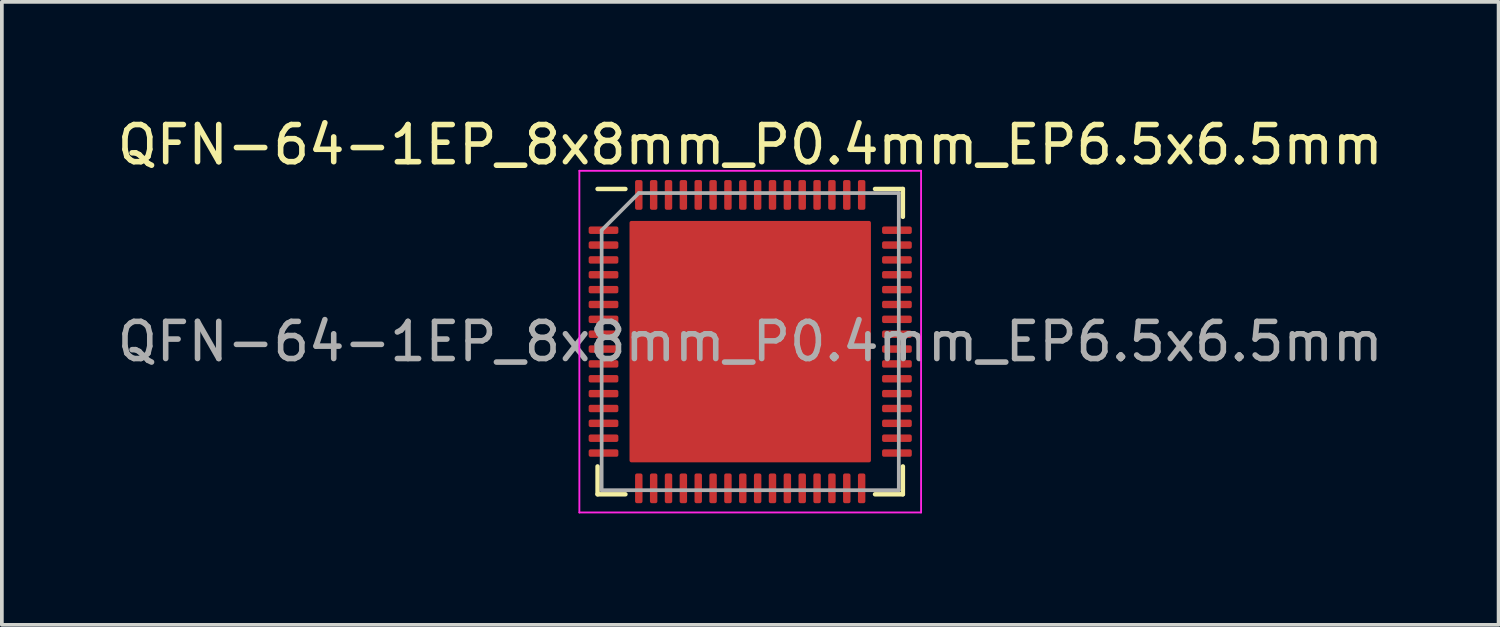
<source format=kicad_pcb>
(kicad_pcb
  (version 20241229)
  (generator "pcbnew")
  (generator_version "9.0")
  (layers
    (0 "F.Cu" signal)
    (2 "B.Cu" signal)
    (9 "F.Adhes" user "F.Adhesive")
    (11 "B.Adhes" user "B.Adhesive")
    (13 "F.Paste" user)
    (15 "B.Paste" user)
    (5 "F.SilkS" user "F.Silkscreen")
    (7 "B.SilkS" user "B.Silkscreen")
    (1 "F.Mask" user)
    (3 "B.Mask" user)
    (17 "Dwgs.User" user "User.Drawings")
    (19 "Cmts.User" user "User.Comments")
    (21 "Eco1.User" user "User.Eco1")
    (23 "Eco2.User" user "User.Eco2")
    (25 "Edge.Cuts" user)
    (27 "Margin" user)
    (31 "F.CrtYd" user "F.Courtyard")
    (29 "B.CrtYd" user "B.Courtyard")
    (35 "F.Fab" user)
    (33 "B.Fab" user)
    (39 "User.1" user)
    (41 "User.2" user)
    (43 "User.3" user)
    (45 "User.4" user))
  (footprint "QFN-64-1EP_8x8mm_P0.4mm_EP6.5x6.5mm"
    (layer "F.Cu")
    (at 17.149 6.148)
    (property "Reference" "QFN-64-1EP_8x8mm_P0.4mm_EP6.5x6.5mm" (at 0 -5.3 0) (layer "F.SilkS") (effects (font (size 1 1) (thickness 0.15))))
    (attr smd)
    (fp_line (start -4.11 4.11) (end -4.11 3.36) (stroke (width 0.12) (type solid)) (layer "F.SilkS"))
    (fp_line (start -3.36 -4.11) (end -4.11 -4.11) (stroke (width 0.12) (type solid)) (layer "F.SilkS"))
    (fp_line (start -3.36 4.11) (end -4.11 4.11) (stroke (width 0.12) (type solid)) (layer "F.SilkS"))
    (fp_line (start 3.36 -4.11) (end 4.11 -4.11) (stroke (width 0.12) (type solid)) (layer "F.SilkS"))
    (fp_line (start 3.36 4.11) (end 4.11 4.11) (stroke (width 0.12) (type solid)) (layer "F.SilkS"))
    (fp_line (start 4.11 -4.11) (end 4.11 -3.36) (stroke (width 0.12) (type solid)) (layer "F.SilkS"))
    (fp_line (start 4.11 4.11) (end 4.11 3.36) (stroke (width 0.12) (type solid)) (layer "F.SilkS"))
    (fp_line (start -4.6 -4.6) (end -4.6 4.6) (stroke (width 0.05) (type solid)) (layer "F.CrtYd"))
    (fp_line (start -4.6 4.6) (end 4.6 4.6) (stroke (width 0.05) (type solid)) (layer "F.CrtYd"))
    (fp_line (start 4.6 -4.6) (end -4.6 -4.6) (stroke (width 0.05) (type solid)) (layer "F.CrtYd"))
    (fp_line (start 4.6 4.6) (end 4.6 -4.6) (stroke (width 0.05) (type solid)) (layer "F.CrtYd"))
    (fp_line (start -4 -3) (end -3 -4) (stroke (width 0.1) (type solid)) (layer "F.Fab"))
    (fp_line (start -4 4) (end -4 -3) (stroke (width 0.1) (type solid)) (layer "F.Fab"))
    (fp_line (start -3 -4) (end 4 -4) (stroke (width 0.1) (type solid)) (layer "F.Fab"))
    (fp_line (start 4 -4) (end 4 4) (stroke (width 0.1) (type solid)) (layer "F.Fab"))
    (fp_line (start 4 4) (end -4 4) (stroke (width 0.1) (type solid)) (layer "F.Fab"))
    (fp_text user "${REFERENCE}" (at 0 0 0) (layer "F.Fab") (effects (font (size 1 1) (thickness 0.15))))
    (pad "" smd roundrect (at -2.6 -2.6) (size 1.05 1.05) (layers "F.Paste") (roundrect_rratio 0.238))
    (pad "" smd roundrect (at -2.6 -1.3) (size 1.05 1.05) (layers "F.Paste") (roundrect_rratio 0.238))
    (pad "" smd roundrect (at -2.6 0) (size 1.05 1.05) (layers "F.Paste") (roundrect_rratio 0.238))
    (pad "" smd roundrect (at -2.6 1.3) (size 1.05 1.05) (layers "F.Paste") (roundrect_rratio 0.238))
    (pad "" smd roundrect (at -2.6 2.6) (size 1.05 1.05) (layers "F.Paste") (roundrect_rratio 0.238))
    (pad "" smd roundrect (at -1.3 -2.6) (size 1.05 1.05) (layers "F.Paste") (roundrect_rratio 0.238))
    (pad "" smd roundrect (at -1.3 -1.3) (size 1.05 1.05) (layers "F.Paste") (roundrect_rratio 0.238))
    (pad "" smd roundrect (at -1.3 0) (size 1.05 1.05) (layers "F.Paste") (roundrect_rratio 0.238))
    (pad "" smd roundrect (at -1.3 1.3) (size 1.05 1.05) (layers "F.Paste") (roundrect_rratio 0.238))
    (pad "" smd roundrect (at -1.3 2.6) (size 1.05 1.05) (layers "F.Paste") (roundrect_rratio 0.238))
    (pad "" smd roundrect (at 0 -2.6) (size 1.05 1.05) (layers "F.Paste") (roundrect_rratio 0.238))
    (pad "" smd roundrect (at 0 -1.3) (size 1.05 1.05) (layers "F.Paste") (roundrect_rratio 0.238))
    (pad "" smd roundrect (at 0 0) (size 1.05 1.05) (layers "F.Paste") (roundrect_rratio 0.238))
    (pad "" smd roundrect (at 0 1.3) (size 1.05 1.05) (layers "F.Paste") (roundrect_rratio 0.238))
    (pad "" smd roundrect (at 0 2.6) (size 1.05 1.05) (layers "F.Paste") (roundrect_rratio 0.238))
    (pad "" smd roundrect (at 1.3 -2.6) (size 1.05 1.05) (layers "F.Paste") (roundrect_rratio 0.238))
    (pad "" smd roundrect (at 1.3 -1.3) (size 1.05 1.05) (layers "F.Paste") (roundrect_rratio 0.238))
    (pad "" smd roundrect (at 1.3 0) (size 1.05 1.05) (layers "F.Paste") (roundrect_rratio 0.238))
    (pad "" smd roundrect (at 1.3 1.3) (size 1.05 1.05) (layers "F.Paste") (roundrect_rratio 0.238))
    (pad "" smd roundrect (at 1.3 2.6) (size 1.05 1.05) (layers "F.Paste") (roundrect_rratio 0.238))
    (pad "" smd roundrect (at 2.6 -2.6) (size 1.05 1.05) (layers "F.Paste") (roundrect_rratio 0.238))
    (pad "" smd roundrect (at 2.6 -1.3) (size 1.05 1.05) (layers "F.Paste") (roundrect_rratio 0.238))
    (pad "" smd roundrect (at 2.6 0) (size 1.05 1.05) (layers "F.Paste") (roundrect_rratio 0.238))
    (pad "" smd roundrect (at 2.6 1.3) (size 1.05 1.05) (layers "F.Paste") (roundrect_rratio 0.238))
    (pad "" smd roundrect (at 2.6 2.6) (size 1.05 1.05) (layers "F.Paste") (roundrect_rratio 0.238))
    (pad "1" smd roundrect (at -3.95 -3) (size 0.8 0.2) (layers "F.Cu" "F.Mask" "F.Paste") (roundrect_rratio 0.25))
    (pad "2" smd roundrect (at -3.95 -2.6) (size 0.8 0.2) (layers "F.Cu" "F.Mask" "F.Paste") (roundrect_rratio 0.25))
    (pad "3" smd roundrect (at -3.95 -2.2) (size 0.8 0.2) (layers "F.Cu" "F.Mask" "F.Paste") (roundrect_rratio 0.25))
    (pad "4" smd roundrect (at -3.95 -1.8) (size 0.8 0.2) (layers "F.Cu" "F.Mask" "F.Paste") (roundrect_rratio 0.25))
    (pad "5" smd roundrect (at -3.95 -1.4) (size 0.8 0.2) (layers "F.Cu" "F.Mask" "F.Paste") (roundrect_rratio 0.25))
    (pad "6" smd roundrect (at -3.95 -1) (size 0.8 0.2) (layers "F.Cu" "F.Mask" "F.Paste") (roundrect_rratio 0.25))
    (pad "7" smd roundrect (at -3.95 -0.6) (size 0.8 0.2) (layers "F.Cu" "F.Mask" "F.Paste") (roundrect_rratio 0.25))
    (pad "8" smd roundrect (at -3.95 -0.2) (size 0.8 0.2) (layers "F.Cu" "F.Mask" "F.Paste") (roundrect_rratio 0.25))
    (pad "9" smd roundrect (at -3.95 0.2) (size 0.8 0.2) (layers "F.Cu" "F.Mask" "F.Paste") (roundrect_rratio 0.25))
    (pad "10" smd roundrect (at -3.95 0.6) (size 0.8 0.2) (layers "F.Cu" "F.Mask" "F.Paste") (roundrect_rratio 0.25))
    (pad "11" smd roundrect (at -3.95 1) (size 0.8 0.2) (layers "F.Cu" "F.Mask" "F.Paste") (roundrect_rratio 0.25))
    (pad "12" smd roundrect (at -3.95 1.4) (size 0.8 0.2) (layers "F.Cu" "F.Mask" "F.Paste") (roundrect_rratio 0.25))
    (pad "13" smd roundrect (at -3.95 1.8) (size 0.8 0.2) (layers "F.Cu" "F.Mask" "F.Paste") (roundrect_rratio 0.25))
    (pad "14" smd roundrect (at -3.95 2.2) (size 0.8 0.2) (layers "F.Cu" "F.Mask" "F.Paste") (roundrect_rratio 0.25))
    (pad "15" smd roundrect (at -3.95 2.6) (size 0.8 0.2) (layers "F.Cu" "F.Mask" "F.Paste") (roundrect_rratio 0.25))
    (pad "16" smd roundrect (at -3.95 3) (size 0.8 0.2) (layers "F.Cu" "F.Mask" "F.Paste") (roundrect_rratio 0.25))
    (pad "17" smd roundrect (at -3 3.95) (size 0.2 0.8) (layers "F.Cu" "F.Mask" "F.Paste") (roundrect_rratio 0.25))
    (pad "18" smd roundrect (at -2.6 3.95) (size 0.2 0.8) (layers "F.Cu" "F.Mask" "F.Paste") (roundrect_rratio 0.25))
    (pad "19" smd roundrect (at -2.2 3.95) (size 0.2 0.8) (layers "F.Cu" "F.Mask" "F.Paste") (roundrect_rratio 0.25))
    (pad "20" smd roundrect (at -1.8 3.95) (size 0.2 0.8) (layers "F.Cu" "F.Mask" "F.Paste") (roundrect_rratio 0.25))
    (pad "21" smd roundrect (at -1.4 3.95) (size 0.2 0.8) (layers "F.Cu" "F.Mask" "F.Paste") (roundrect_rratio 0.25))
    (pad "22" smd roundrect (at -1 3.95) (size 0.2 0.8) (layers "F.Cu" "F.Mask" "F.Paste") (roundrect_rratio 0.25))
    (pad "23" smd roundrect (at -0.6 3.95) (size 0.2 0.8) (layers "F.Cu" "F.Mask" "F.Paste") (roundrect_rratio 0.25))
    (pad "24" smd roundrect (at -0.2 3.95) (size 0.2 0.8) (layers "F.Cu" "F.Mask" "F.Paste") (roundrect_rratio 0.25))
    (pad "25" smd roundrect (at 0.2 3.95) (size 0.2 0.8) (layers "F.Cu" "F.Mask" "F.Paste") (roundrect_rratio 0.25))
    (pad "26" smd roundrect (at 0.6 3.95) (size 0.2 0.8) (layers "F.Cu" "F.Mask" "F.Paste") (roundrect_rratio 0.25))
    (pad "27" smd roundrect (at 1 3.95) (size 0.2 0.8) (layers "F.Cu" "F.Mask" "F.Paste") (roundrect_rratio 0.25))
    (pad "28" smd roundrect (at 1.4 3.95) (size 0.2 0.8) (layers "F.Cu" "F.Mask" "F.Paste") (roundrect_rratio 0.25))
    (pad "29" smd roundrect (at 1.8 3.95) (size 0.2 0.8) (layers "F.Cu" "F.Mask" "F.Paste") (roundrect_rratio 0.25))
    (pad "30" smd roundrect (at 2.2 3.95) (size 0.2 0.8) (layers "F.Cu" "F.Mask" "F.Paste") (roundrect_rratio 0.25))
    (pad "31" smd roundrect (at 2.6 3.95) (size 0.2 0.8) (layers "F.Cu" "F.Mask" "F.Paste") (roundrect_rratio 0.25))
    (pad "32" smd roundrect (at 3 3.95) (size 0.2 0.8) (layers "F.Cu" "F.Mask" "F.Paste") (roundrect_rratio 0.25))
    (pad "33" smd roundrect (at 3.95 3) (size 0.8 0.2) (layers "F.Cu" "F.Mask" "F.Paste") (roundrect_rratio 0.25))
    (pad "34" smd roundrect (at 3.95 2.6) (size 0.8 0.2) (layers "F.Cu" "F.Mask" "F.Paste") (roundrect_rratio 0.25))
    (pad "35" smd roundrect (at 3.95 2.2) (size 0.8 0.2) (layers "F.Cu" "F.Mask" "F.Paste") (roundrect_rratio 0.25))
    (pad "36" smd roundrect (at 3.95 1.8) (size 0.8 0.2) (layers "F.Cu" "F.Mask" "F.Paste") (roundrect_rratio 0.25))
    (pad "37" smd roundrect (at 3.95 1.4) (size 0.8 0.2) (layers "F.Cu" "F.Mask" "F.Paste") (roundrect_rratio 0.25))
    (pad "38" smd roundrect (at 3.95 1) (size 0.8 0.2) (layers "F.Cu" "F.Mask" "F.Paste") (roundrect_rratio 0.25))
    (pad "39" smd roundrect (at 3.95 0.6) (size 0.8 0.2) (layers "F.Cu" "F.Mask" "F.Paste") (roundrect_rratio 0.25))
    (pad "40" smd roundrect (at 3.95 0.2) (size 0.8 0.2) (layers "F.Cu" "F.Mask" "F.Paste") (roundrect_rratio 0.25))
    (pad "41" smd roundrect (at 3.95 -0.2) (size 0.8 0.2) (layers "F.Cu" "F.Mask" "F.Paste") (roundrect_rratio 0.25))
    (pad "42" smd roundrect (at 3.95 -0.6) (size 0.8 0.2) (layers "F.Cu" "F.Mask" "F.Paste") (roundrect_rratio 0.25))
    (pad "43" smd roundrect (at 3.95 -1) (size 0.8 0.2) (layers "F.Cu" "F.Mask" "F.Paste") (roundrect_rratio 0.25))
    (pad "44" smd roundrect (at 3.95 -1.4) (size 0.8 0.2) (layers "F.Cu" "F.Mask" "F.Paste") (roundrect_rratio 0.25))
    (pad "45" smd roundrect (at 3.95 -1.8) (size 0.8 0.2) (layers "F.Cu" "F.Mask" "F.Paste") (roundrect_rratio 0.25))
    (pad "46" smd roundrect (at 3.95 -2.2) (size 0.8 0.2) (layers "F.Cu" "F.Mask" "F.Paste") (roundrect_rratio 0.25))
    (pad "47" smd roundrect (at 3.95 -2.6) (size 0.8 0.2) (layers "F.Cu" "F.Mask" "F.Paste") (roundrect_rratio 0.25))
    (pad "48" smd roundrect (at 3.95 -3) (size 0.8 0.2) (layers "F.Cu" "F.Mask" "F.Paste") (roundrect_rratio 0.25))
    (pad "49" smd roundrect (at 3 -3.95) (size 0.2 0.8) (layers "F.Cu" "F.Mask" "F.Paste") (roundrect_rratio 0.25))
    (pad "50" smd roundrect (at 2.6 -3.95) (size 0.2 0.8) (layers "F.Cu" "F.Mask" "F.Paste") (roundrect_rratio 0.25))
    (pad "51" smd roundrect (at 2.2 -3.95) (size 0.2 0.8) (layers "F.Cu" "F.Mask" "F.Paste") (roundrect_rratio 0.25))
    (pad "52" smd roundrect (at 1.8 -3.95) (size 0.2 0.8) (layers "F.Cu" "F.Mask" "F.Paste") (roundrect_rratio 0.25))
    (pad "53" smd roundrect (at 1.4 -3.95) (size 0.2 0.8) (layers "F.Cu" "F.Mask" "F.Paste") (roundrect_rratio 0.25))
    (pad "54" smd roundrect (at 1 -3.95) (size 0.2 0.8) (layers "F.Cu" "F.Mask" "F.Paste") (roundrect_rratio 0.25))
    (pad "55" smd roundrect (at 0.6 -3.95) (size 0.2 0.8) (layers "F.Cu" "F.Mask" "F.Paste") (roundrect_rratio 0.25))
    (pad "56" smd roundrect (at 0.2 -3.95) (size 0.2 0.8) (layers "F.Cu" "F.Mask" "F.Paste") (roundrect_rratio 0.25))
    (pad "57" smd roundrect (at -0.2 -3.95) (size 0.2 0.8) (layers "F.Cu" "F.Mask" "F.Paste") (roundrect_rratio 0.25))
    (pad "58" smd roundrect (at -0.6 -3.95) (size 0.2 0.8) (layers "F.Cu" "F.Mask" "F.Paste") (roundrect_rratio 0.25))
    (pad "59" smd roundrect (at -1 -3.95) (size 0.2 0.8) (layers "F.Cu" "F.Mask" "F.Paste") (roundrect_rratio 0.25))
    (pad "60" smd roundrect (at -1.4 -3.95) (size 0.2 0.8) (layers "F.Cu" "F.Mask" "F.Paste") (roundrect_rratio 0.25))
    (pad "61" smd roundrect (at -1.8 -3.95) (size 0.2 0.8) (layers "F.Cu" "F.Mask" "F.Paste") (roundrect_rratio 0.25))
    (pad "62" smd roundrect (at -2.2 -3.95) (size 0.2 0.8) (layers "F.Cu" "F.Mask" "F.Paste") (roundrect_rratio 0.25))
    (pad "63" smd roundrect (at -2.6 -3.95) (size 0.2 0.8) (layers "F.Cu" "F.Mask" "F.Paste") (roundrect_rratio 0.25))
    (pad "64" smd roundrect (at -3 -3.95) (size 0.2 0.8) (layers "F.Cu" "F.Mask" "F.Paste") (roundrect_rratio 0.25))
    (pad "65" smd roundrect (at 0 0) (size 6.5 6.5) (layers "F.Cu" "F.Mask") (roundrect_rratio 0.008)))
  (gr_rect
    (start -3 -3)
    (end 37.298 13.773)
    (stroke (width 0.1) (type default))
    (fill no)
    (layer "Edge.Cuts")))
</source>
